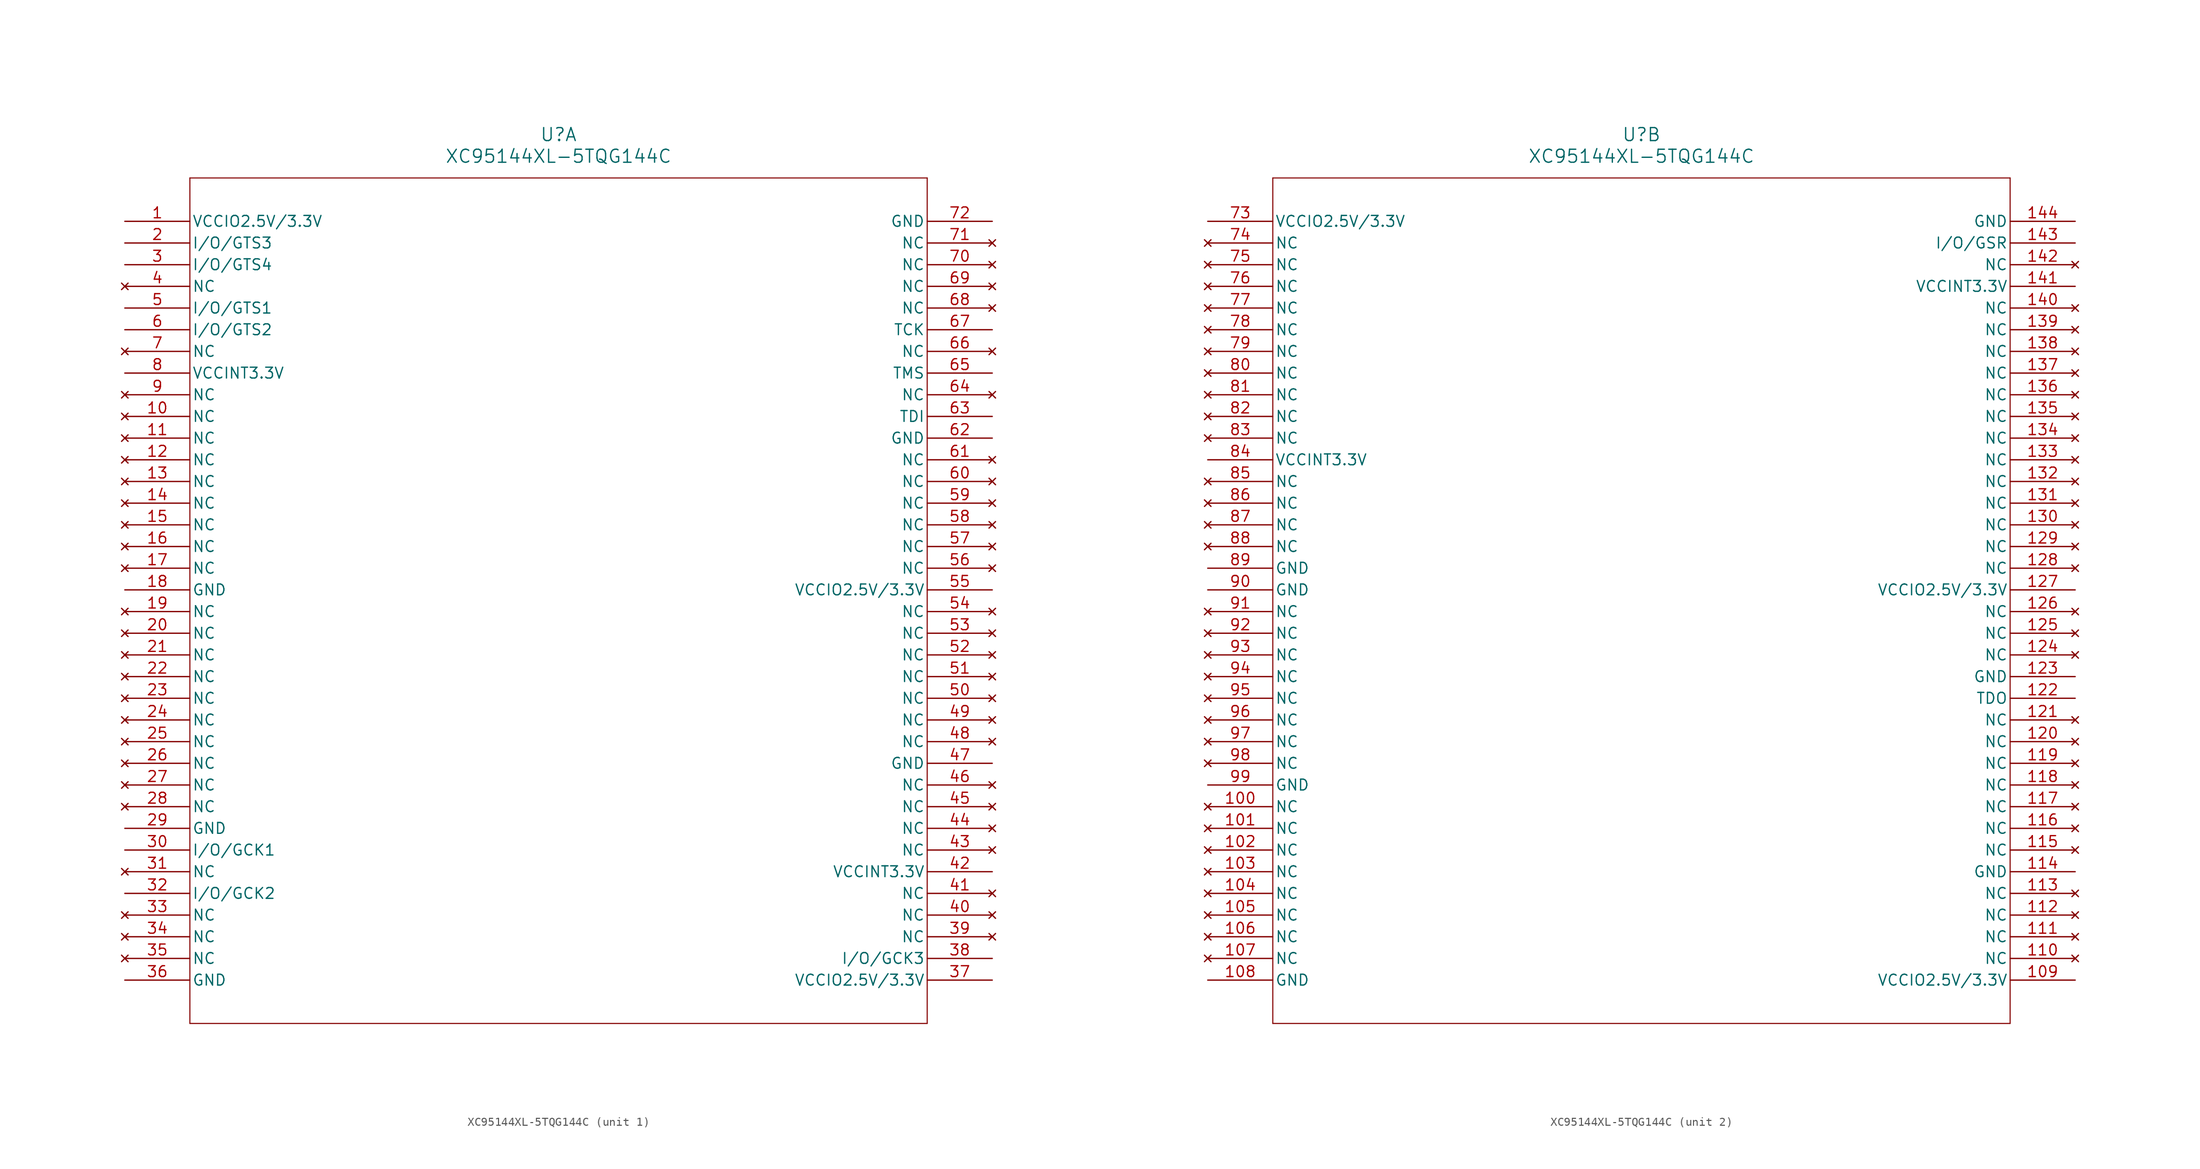
<source format=kicad_sym>
(kicad_symbol_lib
  (version 20211014)
  (generator kicad_symbol_editor)
  (symbol "XC95144XL-5TQG144C"
    (pin_names
      (offset 0.254))
    (property "Reference" "U"
      (at 50.8 10.16 0)
      (effects (font (size 1.524 1.524))))
    (property "Value" "XC95144XL-5TQG144C"
      (at 50.8 7.62 0)
      (effects (font (size 1.524 1.524))))
    (symbol "XC95144XL-5TQG144C_1_1"
      (polyline (pts (xy 7.62 5.08) (xy 7.62 -93.98)) (stroke (width 0.127) (type default) (color 0 0 0 0)) (fill (type none)))
      (polyline (pts (xy 7.62 -93.98) (xy 93.98 -93.98)) (stroke (width 0.127) (type default) (color 0 0 0 0)) (fill (type none)))
      (polyline (pts (xy 93.98 -93.98) (xy 93.98 5.08)) (stroke (width 0.127) (type default) (color 0 0 0 0)) (fill (type none)))
      (polyline (pts (xy 93.98 5.08) (xy 7.62 5.08)) (stroke (width 0.127) (type default) (color 0 0 0 0)) (fill (type none)))
      (pin power_in line (at 0 0 0) (length 7.62) (name "VCCIO2.5V/3.3V" (effects (font (size 1.27 1.27)))) (number "1" (effects (font (size 1.27 1.27)))))
      (pin bidirectional line (at 0 -2.54 0) (length 7.62) (name "I/O/GTS3" (effects (font (size 1.27 1.27)))) (number "2" (effects (font (size 1.27 1.27)))))
      (pin bidirectional line (at 0 -5.08 0) (length 7.62) (name "I/O/GTS4" (effects (font (size 1.27 1.27)))) (number "3" (effects (font (size 1.27 1.27)))))
      (pin no_connect line (at 0 -7.62 0) (length 7.62) (name "NC" (effects (font (size 1.27 1.27)))) (number "4" (effects (font (size 1.27 1.27)))))
      (pin bidirectional line (at 0 -10.16 0) (length 7.62) (name "I/O/GTS1" (effects (font (size 1.27 1.27)))) (number "5" (effects (font (size 1.27 1.27)))))
      (pin bidirectional line (at 0 -12.7 0) (length 7.62) (name "I/O/GTS2" (effects (font (size 1.27 1.27)))) (number "6" (effects (font (size 1.27 1.27)))))
      (pin no_connect line (at 0 -15.24 0) (length 7.62) (name "NC" (effects (font (size 1.27 1.27)))) (number "7" (effects (font (size 1.27 1.27)))))
      (pin power_in line (at 0 -17.78 0) (length 7.62) (name "VCCINT3.3V" (effects (font (size 1.27 1.27)))) (number "8" (effects (font (size 1.27 1.27)))))
      (pin no_connect line (at 0 -20.32 0) (length 7.62) (name "NC" (effects (font (size 1.27 1.27)))) (number "9" (effects (font (size 1.27 1.27)))))
      (pin no_connect line (at 0 -22.86 0) (length 7.62) (name "NC" (effects (font (size 1.27 1.27)))) (number "10" (effects (font (size 1.27 1.27)))))
      (pin no_connect line (at 0 -25.4 0) (length 7.62) (name "NC" (effects (font (size 1.27 1.27)))) (number "11" (effects (font (size 1.27 1.27)))))
      (pin no_connect line (at 0 -27.94 0) (length 7.62) (name "NC" (effects (font (size 1.27 1.27)))) (number "12" (effects (font (size 1.27 1.27)))))
      (pin no_connect line (at 0 -30.48 0) (length 7.62) (name "NC" (effects (font (size 1.27 1.27)))) (number "13" (effects (font (size 1.27 1.27)))))
      (pin no_connect line (at 0 -33.02 0) (length 7.62) (name "NC" (effects (font (size 1.27 1.27)))) (number "14" (effects (font (size 1.27 1.27)))))
      (pin no_connect line (at 0 -35.56 0) (length 7.62) (name "NC" (effects (font (size 1.27 1.27)))) (number "15" (effects (font (size 1.27 1.27)))))
      (pin no_connect line (at 0 -38.1 0) (length 7.62) (name "NC" (effects (font (size 1.27 1.27)))) (number "16" (effects (font (size 1.27 1.27)))))
      (pin no_connect line (at 0 -40.64 0) (length 7.62) (name "NC" (effects (font (size 1.27 1.27)))) (number "17" (effects (font (size 1.27 1.27)))))
      (pin power_in line (at 0 -43.18 0) (length 7.62) (name "GND" (effects (font (size 1.27 1.27)))) (number "18" (effects (font (size 1.27 1.27)))))
      (pin no_connect line (at 0 -45.72 0) (length 7.62) (name "NC" (effects (font (size 1.27 1.27)))) (number "19" (effects (font (size 1.27 1.27)))))
      (pin no_connect line (at 0 -48.26 0) (length 7.62) (name "NC" (effects (font (size 1.27 1.27)))) (number "20" (effects (font (size 1.27 1.27)))))
      (pin no_connect line (at 0 -50.8 0) (length 7.62) (name "NC" (effects (font (size 1.27 1.27)))) (number "21" (effects (font (size 1.27 1.27)))))
      (pin no_connect line (at 0 -53.34 0) (length 7.62) (name "NC" (effects (font (size 1.27 1.27)))) (number "22" (effects (font (size 1.27 1.27)))))
      (pin no_connect line (at 0 -55.88 0) (length 7.62) (name "NC" (effects (font (size 1.27 1.27)))) (number "23" (effects (font (size 1.27 1.27)))))
      (pin no_connect line (at 0 -58.42 0) (length 7.62) (name "NC" (effects (font (size 1.27 1.27)))) (number "24" (effects (font (size 1.27 1.27)))))
      (pin no_connect line (at 0 -60.96 0) (length 7.62) (name "NC" (effects (font (size 1.27 1.27)))) (number "25" (effects (font (size 1.27 1.27)))))
      (pin no_connect line (at 0 -63.5 0) (length 7.62) (name "NC" (effects (font (size 1.27 1.27)))) (number "26" (effects (font (size 1.27 1.27)))))
      (pin no_connect line (at 0 -66.04 0) (length 7.62) (name "NC" (effects (font (size 1.27 1.27)))) (number "27" (effects (font (size 1.27 1.27)))))
      (pin no_connect line (at 0 -68.58 0) (length 7.62) (name "NC" (effects (font (size 1.27 1.27)))) (number "28" (effects (font (size 1.27 1.27)))))
      (pin power_in line (at 0 -71.12 0) (length 7.62) (name "GND" (effects (font (size 1.27 1.27)))) (number "29" (effects (font (size 1.27 1.27)))))
      (pin bidirectional line (at 0 -73.66 0) (length 7.62) (name "I/O/GCK1" (effects (font (size 1.27 1.27)))) (number "30" (effects (font (size 1.27 1.27)))))
      (pin no_connect line (at 0 -76.2 0) (length 7.62) (name "NC" (effects (font (size 1.27 1.27)))) (number "31" (effects (font (size 1.27 1.27)))))
      (pin bidirectional line (at 0 -78.74 0) (length 7.62) (name "I/O/GCK2" (effects (font (size 1.27 1.27)))) (number "32" (effects (font (size 1.27 1.27)))))
      (pin no_connect line (at 0 -81.28 0) (length 7.62) (name "NC" (effects (font (size 1.27 1.27)))) (number "33" (effects (font (size 1.27 1.27)))))
      (pin no_connect line (at 0 -83.82 0) (length 7.62) (name "NC" (effects (font (size 1.27 1.27)))) (number "34" (effects (font (size 1.27 1.27)))))
      (pin no_connect line (at 0 -86.36 0) (length 7.62) (name "NC" (effects (font (size 1.27 1.27)))) (number "35" (effects (font (size 1.27 1.27)))))
      (pin power_in line (at 0 -88.9 0) (length 7.62) (name "GND" (effects (font (size 1.27 1.27)))) (number "36" (effects (font (size 1.27 1.27)))))
      (pin power_in line (at 101.6 -88.9 180) (length 7.62) (name "VCCIO2.5V/3.3V" (effects (font (size 1.27 1.27)))) (number "37" (effects (font (size 1.27 1.27)))))
      (pin bidirectional line (at 101.6 -86.36 180) (length 7.62) (name "I/O/GCK3" (effects (font (size 1.27 1.27)))) (number "38" (effects (font (size 1.27 1.27)))))
      (pin no_connect line (at 101.6 -83.82 180) (length 7.62) (name "NC" (effects (font (size 1.27 1.27)))) (number "39" (effects (font (size 1.27 1.27)))))
      (pin no_connect line (at 101.6 -81.28 180) (length 7.62) (name "NC" (effects (font (size 1.27 1.27)))) (number "40" (effects (font (size 1.27 1.27)))))
      (pin no_connect line (at 101.6 -78.74 180) (length 7.62) (name "NC" (effects (font (size 1.27 1.27)))) (number "41" (effects (font (size 1.27 1.27)))))
      (pin power_in line (at 101.6 -76.2 180) (length 7.62) (name "VCCINT3.3V" (effects (font (size 1.27 1.27)))) (number "42" (effects (font (size 1.27 1.27)))))
      (pin no_connect line (at 101.6 -73.66 180) (length 7.62) (name "NC" (effects (font (size 1.27 1.27)))) (number "43" (effects (font (size 1.27 1.27)))))
      (pin no_connect line (at 101.6 -71.12 180) (length 7.62) (name "NC" (effects (font (size 1.27 1.27)))) (number "44" (effects (font (size 1.27 1.27)))))
      (pin no_connect line (at 101.6 -68.58 180) (length 7.62) (name "NC" (effects (font (size 1.27 1.27)))) (number "45" (effects (font (size 1.27 1.27)))))
      (pin no_connect line (at 101.6 -66.04 180) (length 7.62) (name "NC" (effects (font (size 1.27 1.27)))) (number "46" (effects (font (size 1.27 1.27)))))
      (pin power_in line (at 101.6 -63.5 180) (length 7.62) (name "GND" (effects (font (size 1.27 1.27)))) (number "47" (effects (font (size 1.27 1.27)))))
      (pin no_connect line (at 101.6 -60.96 180) (length 7.62) (name "NC" (effects (font (size 1.27 1.27)))) (number "48" (effects (font (size 1.27 1.27)))))
      (pin no_connect line (at 101.6 -58.42 180) (length 7.62) (name "NC" (effects (font (size 1.27 1.27)))) (number "49" (effects (font (size 1.27 1.27)))))
      (pin no_connect line (at 101.6 -55.88 180) (length 7.62) (name "NC" (effects (font (size 1.27 1.27)))) (number "50" (effects (font (size 1.27 1.27)))))
      (pin no_connect line (at 101.6 -53.34 180) (length 7.62) (name "NC" (effects (font (size 1.27 1.27)))) (number "51" (effects (font (size 1.27 1.27)))))
      (pin no_connect line (at 101.6 -50.8 180) (length 7.62) (name "NC" (effects (font (size 1.27 1.27)))) (number "52" (effects (font (size 1.27 1.27)))))
      (pin no_connect line (at 101.6 -48.26 180) (length 7.62) (name "NC" (effects (font (size 1.27 1.27)))) (number "53" (effects (font (size 1.27 1.27)))))
      (pin no_connect line (at 101.6 -45.72 180) (length 7.62) (name "NC" (effects (font (size 1.27 1.27)))) (number "54" (effects (font (size 1.27 1.27)))))
      (pin power_in line (at 101.6 -43.18 180) (length 7.62) (name "VCCIO2.5V/3.3V" (effects (font (size 1.27 1.27)))) (number "55" (effects (font (size 1.27 1.27)))))
      (pin no_connect line (at 101.6 -40.64 180) (length 7.62) (name "NC" (effects (font (size 1.27 1.27)))) (number "56" (effects (font (size 1.27 1.27)))))
      (pin no_connect line (at 101.6 -38.1 180) (length 7.62) (name "NC" (effects (font (size 1.27 1.27)))) (number "57" (effects (font (size 1.27 1.27)))))
      (pin no_connect line (at 101.6 -35.56 180) (length 7.62) (name "NC" (effects (font (size 1.27 1.27)))) (number "58" (effects (font (size 1.27 1.27)))))
      (pin no_connect line (at 101.6 -33.02 180) (length 7.62) (name "NC" (effects (font (size 1.27 1.27)))) (number "59" (effects (font (size 1.27 1.27)))))
      (pin no_connect line (at 101.6 -30.48 180) (length 7.62) (name "NC" (effects (font (size 1.27 1.27)))) (number "60" (effects (font (size 1.27 1.27)))))
      (pin no_connect line (at 101.6 -27.94 180) (length 7.62) (name "NC" (effects (font (size 1.27 1.27)))) (number "61" (effects (font (size 1.27 1.27)))))
      (pin power_in line (at 101.6 -25.4 180) (length 7.62) (name "GND" (effects (font (size 1.27 1.27)))) (number "62" (effects (font (size 1.27 1.27)))))
      (pin unspecified line (at 101.6 -22.86 180) (length 7.62) (name "TDI" (effects (font (size 1.27 1.27)))) (number "63" (effects (font (size 1.27 1.27)))))
      (pin no_connect line (at 101.6 -20.32 180) (length 7.62) (name "NC" (effects (font (size 1.27 1.27)))) (number "64" (effects (font (size 1.27 1.27)))))
      (pin unspecified line (at 101.6 -17.78 180) (length 7.62) (name "TMS" (effects (font (size 1.27 1.27)))) (number "65" (effects (font (size 1.27 1.27)))))
      (pin no_connect line (at 101.6 -15.24 180) (length 7.62) (name "NC" (effects (font (size 1.27 1.27)))) (number "66" (effects (font (size 1.27 1.27)))))
      (pin unspecified line (at 101.6 -12.7 180) (length 7.62) (name "TCK" (effects (font (size 1.27 1.27)))) (number "67" (effects (font (size 1.27 1.27)))))
      (pin no_connect line (at 101.6 -10.16 180) (length 7.62) (name "NC" (effects (font (size 1.27 1.27)))) (number "68" (effects (font (size 1.27 1.27)))))
      (pin no_connect line (at 101.6 -7.62 180) (length 7.62) (name "NC" (effects (font (size 1.27 1.27)))) (number "69" (effects (font (size 1.27 1.27)))))
      (pin no_connect line (at 101.6 -5.08 180) (length 7.62) (name "NC" (effects (font (size 1.27 1.27)))) (number "70" (effects (font (size 1.27 1.27)))))
      (pin no_connect line (at 101.6 -2.54 180) (length 7.62) (name "NC" (effects (font (size 1.27 1.27)))) (number "71" (effects (font (size 1.27 1.27)))))
      (pin power_in line (at 101.6 0 180) (length 7.62) (name "GND" (effects (font (size 1.27 1.27)))) (number "72" (effects (font (size 1.27 1.27))))))
    (symbol "XC95144XL-5TQG144C_2_1"
      (polyline (pts (xy 7.62 5.08) (xy 7.62 -93.98)) (stroke (width 0.127) (type default) (color 0 0 0 0)) (fill (type none)))
      (polyline (pts (xy 7.62 -93.98) (xy 93.98 -93.98)) (stroke (width 0.127) (type default) (color 0 0 0 0)) (fill (type none)))
      (polyline (pts (xy 93.98 -93.98) (xy 93.98 5.08)) (stroke (width 0.127) (type default) (color 0 0 0 0)) (fill (type none)))
      (polyline (pts (xy 93.98 5.08) (xy 7.62 5.08)) (stroke (width 0.127) (type default) (color 0 0 0 0)) (fill (type none)))
      (pin power_in line (at 0 0 0) (length 7.62) (name "VCCIO2.5V/3.3V" (effects (font (size 1.27 1.27)))) (number "73" (effects (font (size 1.27 1.27)))))
      (pin no_connect line (at 0 -2.54 0) (length 7.62) (name "NC" (effects (font (size 1.27 1.27)))) (number "74" (effects (font (size 1.27 1.27)))))
      (pin no_connect line (at 0 -5.08 0) (length 7.62) (name "NC" (effects (font (size 1.27 1.27)))) (number "75" (effects (font (size 1.27 1.27)))))
      (pin no_connect line (at 0 -7.62 0) (length 7.62) (name "NC" (effects (font (size 1.27 1.27)))) (number "76" (effects (font (size 1.27 1.27)))))
      (pin no_connect line (at 0 -10.16 0) (length 7.62) (name "NC" (effects (font (size 1.27 1.27)))) (number "77" (effects (font (size 1.27 1.27)))))
      (pin no_connect line (at 0 -12.7 0) (length 7.62) (name "NC" (effects (font (size 1.27 1.27)))) (number "78" (effects (font (size 1.27 1.27)))))
      (pin no_connect line (at 0 -15.24 0) (length 7.62) (name "NC" (effects (font (size 1.27 1.27)))) (number "79" (effects (font (size 1.27 1.27)))))
      (pin no_connect line (at 0 -17.78 0) (length 7.62) (name "NC" (effects (font (size 1.27 1.27)))) (number "80" (effects (font (size 1.27 1.27)))))
      (pin no_connect line (at 0 -20.32 0) (length 7.62) (name "NC" (effects (font (size 1.27 1.27)))) (number "81" (effects (font (size 1.27 1.27)))))
      (pin no_connect line (at 0 -22.86 0) (length 7.62) (name "NC" (effects (font (size 1.27 1.27)))) (number "82" (effects (font (size 1.27 1.27)))))
      (pin no_connect line (at 0 -25.4 0) (length 7.62) (name "NC" (effects (font (size 1.27 1.27)))) (number "83" (effects (font (size 1.27 1.27)))))
      (pin power_in line (at 0 -27.94 0) (length 7.62) (name "VCCINT3.3V" (effects (font (size 1.27 1.27)))) (number "84" (effects (font (size 1.27 1.27)))))
      (pin no_connect line (at 0 -30.48 0) (length 7.62) (name "NC" (effects (font (size 1.27 1.27)))) (number "85" (effects (font (size 1.27 1.27)))))
      (pin no_connect line (at 0 -33.02 0) (length 7.62) (name "NC" (effects (font (size 1.27 1.27)))) (number "86" (effects (font (size 1.27 1.27)))))
      (pin no_connect line (at 0 -35.56 0) (length 7.62) (name "NC" (effects (font (size 1.27 1.27)))) (number "87" (effects (font (size 1.27 1.27)))))
      (pin no_connect line (at 0 -38.1 0) (length 7.62) (name "NC" (effects (font (size 1.27 1.27)))) (number "88" (effects (font (size 1.27 1.27)))))
      (pin power_in line (at 0 -40.64 0) (length 7.62) (name "GND" (effects (font (size 1.27 1.27)))) (number "89" (effects (font (size 1.27 1.27)))))
      (pin power_in line (at 0 -43.18 0) (length 7.62) (name "GND" (effects (font (size 1.27 1.27)))) (number "90" (effects (font (size 1.27 1.27)))))
      (pin no_connect line (at 0 -45.72 0) (length 7.62) (name "NC" (effects (font (size 1.27 1.27)))) (number "91" (effects (font (size 1.27 1.27)))))
      (pin no_connect line (at 0 -48.26 0) (length 7.62) (name "NC" (effects (font (size 1.27 1.27)))) (number "92" (effects (font (size 1.27 1.27)))))
      (pin no_connect line (at 0 -50.8 0) (length 7.62) (name "NC" (effects (font (size 1.27 1.27)))) (number "93" (effects (font (size 1.27 1.27)))))
      (pin no_connect line (at 0 -53.34 0) (length 7.62) (name "NC" (effects (font (size 1.27 1.27)))) (number "94" (effects (font (size 1.27 1.27)))))
      (pin no_connect line (at 0 -55.88 0) (length 7.62) (name "NC" (effects (font (size 1.27 1.27)))) (number "95" (effects (font (size 1.27 1.27)))))
      (pin no_connect line (at 0 -58.42 0) (length 7.62) (name "NC" (effects (font (size 1.27 1.27)))) (number "96" (effects (font (size 1.27 1.27)))))
      (pin no_connect line (at 0 -60.96 0) (length 7.62) (name "NC" (effects (font (size 1.27 1.27)))) (number "97" (effects (font (size 1.27 1.27)))))
      (pin no_connect line (at 0 -63.5 0) (length 7.62) (name "NC" (effects (font (size 1.27 1.27)))) (number "98" (effects (font (size 1.27 1.27)))))
      (pin power_in line (at 0 -66.04 0) (length 7.62) (name "GND" (effects (font (size 1.27 1.27)))) (number "99" (effects (font (size 1.27 1.27)))))
      (pin no_connect line (at 0 -68.58 0) (length 7.62) (name "NC" (effects (font (size 1.27 1.27)))) (number "100" (effects (font (size 1.27 1.27)))))
      (pin no_connect line (at 0 -71.12 0) (length 7.62) (name "NC" (effects (font (size 1.27 1.27)))) (number "101" (effects (font (size 1.27 1.27)))))
      (pin no_connect line (at 0 -73.66 0) (length 7.62) (name "NC" (effects (font (size 1.27 1.27)))) (number "102" (effects (font (size 1.27 1.27)))))
      (pin no_connect line (at 0 -76.2 0) (length 7.62) (name "NC" (effects (font (size 1.27 1.27)))) (number "103" (effects (font (size 1.27 1.27)))))
      (pin no_connect line (at 0 -78.74 0) (length 7.62) (name "NC" (effects (font (size 1.27 1.27)))) (number "104" (effects (font (size 1.27 1.27)))))
      (pin no_connect line (at 0 -81.28 0) (length 7.62) (name "NC" (effects (font (size 1.27 1.27)))) (number "105" (effects (font (size 1.27 1.27)))))
      (pin no_connect line (at 0 -83.82 0) (length 7.62) (name "NC" (effects (font (size 1.27 1.27)))) (number "106" (effects (font (size 1.27 1.27)))))
      (pin no_connect line (at 0 -86.36 0) (length 7.62) (name "NC" (effects (font (size 1.27 1.27)))) (number "107" (effects (font (size 1.27 1.27)))))
      (pin power_in line (at 0 -88.9 0) (length 7.62) (name "GND" (effects (font (size 1.27 1.27)))) (number "108" (effects (font (size 1.27 1.27)))))
      (pin power_in line (at 101.6 -88.9 180) (length 7.62) (name "VCCIO2.5V/3.3V" (effects (font (size 1.27 1.27)))) (number "109" (effects (font (size 1.27 1.27)))))
      (pin no_connect line (at 101.6 -86.36 180) (length 7.62) (name "NC" (effects (font (size 1.27 1.27)))) (number "110" (effects (font (size 1.27 1.27)))))
      (pin no_connect line (at 101.6 -83.82 180) (length 7.62) (name "NC" (effects (font (size 1.27 1.27)))) (number "111" (effects (font (size 1.27 1.27)))))
      (pin no_connect line (at 101.6 -81.28 180) (length 7.62) (name "NC" (effects (font (size 1.27 1.27)))) (number "112" (effects (font (size 1.27 1.27)))))
      (pin no_connect line (at 101.6 -78.74 180) (length 7.62) (name "NC" (effects (font (size 1.27 1.27)))) (number "113" (effects (font (size 1.27 1.27)))))
      (pin power_in line (at 101.6 -76.2 180) (length 7.62) (name "GND" (effects (font (size 1.27 1.27)))) (number "114" (effects (font (size 1.27 1.27)))))
      (pin no_connect line (at 101.6 -73.66 180) (length 7.62) (name "NC" (effects (font (size 1.27 1.27)))) (number "115" (effects (font (size 1.27 1.27)))))
      (pin no_connect line (at 101.6 -71.12 180) (length 7.62) (name "NC" (effects (font (size 1.27 1.27)))) (number "116" (effects (font (size 1.27 1.27)))))
      (pin no_connect line (at 101.6 -68.58 180) (length 7.62) (name "NC" (effects (font (size 1.27 1.27)))) (number "117" (effects (font (size 1.27 1.27)))))
      (pin no_connect line (at 101.6 -66.04 180) (length 7.62) (name "NC" (effects (font (size 1.27 1.27)))) (number "118" (effects (font (size 1.27 1.27)))))
      (pin no_connect line (at 101.6 -63.5 180) (length 7.62) (name "NC" (effects (font (size 1.27 1.27)))) (number "119" (effects (font (size 1.27 1.27)))))
      (pin no_connect line (at 101.6 -60.96 180) (length 7.62) (name "NC" (effects (font (size 1.27 1.27)))) (number "120" (effects (font (size 1.27 1.27)))))
      (pin no_connect line (at 101.6 -58.42 180) (length 7.62) (name "NC" (effects (font (size 1.27 1.27)))) (number "121" (effects (font (size 1.27 1.27)))))
      (pin unspecified line (at 101.6 -55.88 180) (length 7.62) (name "TDO" (effects (font (size 1.27 1.27)))) (number "122" (effects (font (size 1.27 1.27)))))
      (pin power_in line (at 101.6 -53.34 180) (length 7.62) (name "GND" (effects (font (size 1.27 1.27)))) (number "123" (effects (font (size 1.27 1.27)))))
      (pin no_connect line (at 101.6 -50.8 180) (length 7.62) (name "NC" (effects (font (size 1.27 1.27)))) (number "124" (effects (font (size 1.27 1.27)))))
      (pin no_connect line (at 101.6 -48.26 180) (length 7.62) (name "NC" (effects (font (size 1.27 1.27)))) (number "125" (effects (font (size 1.27 1.27)))))
      (pin no_connect line (at 101.6 -45.72 180) (length 7.62) (name "NC" (effects (font (size 1.27 1.27)))) (number "126" (effects (font (size 1.27 1.27)))))
      (pin power_in line (at 101.6 -43.18 180) (length 7.62) (name "VCCIO2.5V/3.3V" (effects (font (size 1.27 1.27)))) (number "127" (effects (font (size 1.27 1.27)))))
      (pin no_connect line (at 101.6 -40.64 180) (length 7.62) (name "NC" (effects (font (size 1.27 1.27)))) (number "128" (effects (font (size 1.27 1.27)))))
      (pin no_connect line (at 101.6 -38.1 180) (length 7.62) (name "NC" (effects (font (size 1.27 1.27)))) (number "129" (effects (font (size 1.27 1.27)))))
      (pin no_connect line (at 101.6 -35.56 180) (length 7.62) (name "NC" (effects (font (size 1.27 1.27)))) (number "130" (effects (font (size 1.27 1.27)))))
      (pin no_connect line (at 101.6 -33.02 180) (length 7.62) (name "NC" (effects (font (size 1.27 1.27)))) (number "131" (effects (font (size 1.27 1.27)))))
      (pin no_connect line (at 101.6 -30.48 180) (length 7.62) (name "NC" (effects (font (size 1.27 1.27)))) (number "132" (effects (font (size 1.27 1.27)))))
      (pin no_connect line (at 101.6 -27.94 180) (length 7.62) (name "NC" (effects (font (size 1.27 1.27)))) (number "133" (effects (font (size 1.27 1.27)))))
      (pin no_connect line (at 101.6 -25.4 180) (length 7.62) (name "NC" (effects (font (size 1.27 1.27)))) (number "134" (effects (font (size 1.27 1.27)))))
      (pin no_connect line (at 101.6 -22.86 180) (length 7.62) (name "NC" (effects (font (size 1.27 1.27)))) (number "135" (effects (font (size 1.27 1.27)))))
      (pin no_connect line (at 101.6 -20.32 180) (length 7.62) (name "NC" (effects (font (size 1.27 1.27)))) (number "136" (effects (font (size 1.27 1.27)))))
      (pin no_connect line (at 101.6 -17.78 180) (length 7.62) (name "NC" (effects (font (size 1.27 1.27)))) (number "137" (effects (font (size 1.27 1.27)))))
      (pin no_connect line (at 101.6 -15.24 180) (length 7.62) (name "NC" (effects (font (size 1.27 1.27)))) (number "138" (effects (font (size 1.27 1.27)))))
      (pin no_connect line (at 101.6 -12.7 180) (length 7.62) (name "NC" (effects (font (size 1.27 1.27)))) (number "139" (effects (font (size 1.27 1.27)))))
      (pin no_connect line (at 101.6 -10.16 180) (length 7.62) (name "NC" (effects (font (size 1.27 1.27)))) (number "140" (effects (font (size 1.27 1.27)))))
      (pin power_in line (at 101.6 -7.62 180) (length 7.62) (name "VCCINT3.3V" (effects (font (size 1.27 1.27)))) (number "141" (effects (font (size 1.27 1.27)))))
      (pin no_connect line (at 101.6 -5.08 180) (length 7.62) (name "NC" (effects (font (size 1.27 1.27)))) (number "142" (effects (font (size 1.27 1.27)))))
      (pin bidirectional line (at 101.6 -2.54 180) (length 7.62) (name "I/O/GSR" (effects (font (size 1.27 1.27)))) (number "143" (effects (font (size 1.27 1.27)))))
      (pin power_in line (at 101.6 0 180) (length 7.62) (name "GND" (effects (font (size 1.27 1.27)))) (number "144" (effects (font (size 1.27 1.27))))))))
</source>
